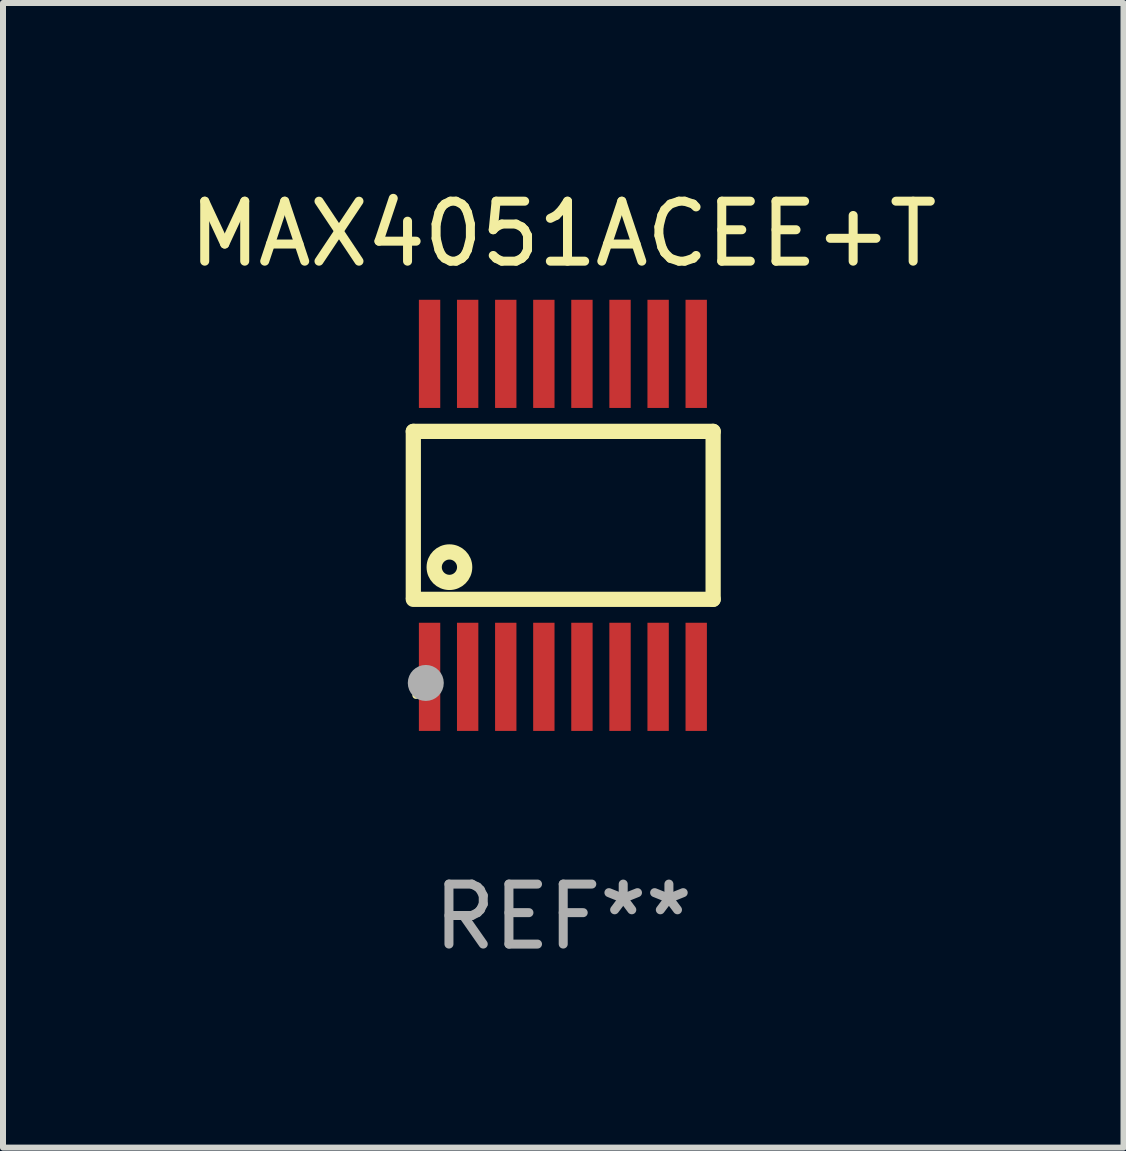
<source format=kicad_pcb>
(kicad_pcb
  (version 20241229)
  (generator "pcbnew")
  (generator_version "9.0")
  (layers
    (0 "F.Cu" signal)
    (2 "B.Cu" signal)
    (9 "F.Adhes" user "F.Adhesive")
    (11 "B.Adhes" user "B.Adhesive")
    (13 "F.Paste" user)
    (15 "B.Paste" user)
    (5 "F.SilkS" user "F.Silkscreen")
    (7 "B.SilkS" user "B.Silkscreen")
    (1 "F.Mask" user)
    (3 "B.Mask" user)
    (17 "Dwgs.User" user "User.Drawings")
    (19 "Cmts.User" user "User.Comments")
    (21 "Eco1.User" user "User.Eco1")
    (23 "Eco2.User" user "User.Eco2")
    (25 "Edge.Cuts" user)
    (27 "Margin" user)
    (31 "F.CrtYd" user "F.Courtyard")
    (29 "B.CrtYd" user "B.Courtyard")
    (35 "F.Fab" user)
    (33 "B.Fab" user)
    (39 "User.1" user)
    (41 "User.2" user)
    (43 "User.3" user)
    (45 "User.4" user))
  (footprint "MAX4051ACEE+T"
    (layer "F.Cu")
    (at 6.339 5.541)
    (property "Reference" "MAX4051ACEE+T" (at 0 -4.692 0) (layer "F.SilkS") (effects (font (size 1 1) (thickness 0.15))))
    (attr through_hole)
    (fp_line (start -2.499 1.372) (end -2.499 -1.4) (stroke (width 0.254) (type solid)) (layer "F.SilkS"))
    (fp_line (start 2.499 -1.4) (end -2.499 -1.4) (stroke (width 0.254) (type solid)) (layer "F.SilkS"))
    (fp_line (start 2.499 1.4) (end -2.499 1.4) (stroke (width 0.254) (type solid)) (layer "F.SilkS"))
    (fp_line (start 2.499 1.4) (end 2.499 -1.4) (stroke (width 0.254) (type solid)) (layer "F.SilkS"))
    (fp_circle (center -2.455 3) (end -2.425 3) (stroke (width 0.06) (type solid)) (fill no) (layer "F.SilkS"))
    (fp_circle (center -1.897 0.864) (end -1.643 0.864) (stroke (width 0.254) (type solid)) (fill no) (layer "F.SilkS"))
    (fp_circle (center -2.291 2.794) (end -2.141 2.794) (stroke (width 0.3) (type solid)) (fill no) (layer "F.Fab"))
    (fp_text user "REF**" (at 0 6.692 0) (layer "F.Fab") (effects (font (size 1 1) (thickness 0.15))))
    (pad "1" smd rect (at -2.228 2.692 90) (size 1.803 0.356) (layers "F.Cu" "F.Mask" "F.Paste"))
    (pad "2" smd rect (at -1.593 2.692 90) (size 1.803 0.356) (layers "F.Cu" "F.Mask" "F.Paste"))
    (pad "3" smd rect (at -0.958 2.692 90) (size 1.803 0.356) (layers "F.Cu" "F.Mask" "F.Paste"))
    (pad "4" smd rect (at -0.323 2.692 90) (size 1.803 0.356) (layers "F.Cu" "F.Mask" "F.Paste"))
    (pad "5" smd rect (at 0.312 2.692 90) (size 1.803 0.356) (layers "F.Cu" "F.Mask" "F.Paste"))
    (pad "6" smd rect (at 0.947 2.692 90) (size 1.803 0.356) (layers "F.Cu" "F.Mask" "F.Paste"))
    (pad "7" smd rect (at 1.582 2.692 90) (size 1.803 0.356) (layers "F.Cu" "F.Mask" "F.Paste"))
    (pad "8" smd rect (at 2.217 2.692 90) (size 1.803 0.356) (layers "F.Cu" "F.Mask" "F.Paste"))
    (pad "9" smd rect (at 2.217 -2.692 90) (size 1.803 0.356) (layers "F.Cu" "F.Mask" "F.Paste"))
    (pad "10" smd rect (at 1.582 -2.692 90) (size 1.803 0.356) (layers "F.Cu" "F.Mask" "F.Paste"))
    (pad "11" smd rect (at 0.947 -2.692 90) (size 1.803 0.356) (layers "F.Cu" "F.Mask" "F.Paste"))
    (pad "12" smd rect (at 0.312 -2.692 90) (size 1.803 0.356) (layers "F.Cu" "F.Mask" "F.Paste"))
    (pad "13" smd rect (at -0.323 -2.692 90) (size 1.803 0.356) (layers "F.Cu" "F.Mask" "F.Paste"))
    (pad "14" smd rect (at -0.958 -2.692 90) (size 1.803 0.356) (layers "F.Cu" "F.Mask" "F.Paste"))
    (pad "15" smd rect (at -1.593 -2.692 90) (size 1.803 0.356) (layers "F.Cu" "F.Mask" "F.Paste"))
    (pad "16" smd rect (at -2.228 -2.692 90) (size 1.803 0.356) (layers "F.Cu" "F.Mask" "F.Paste")))
  (gr_rect
    (start -3 -3)
    (end 15.679 16.081)
    (stroke (width 0.1) (type default))
    (fill no)
    (layer "Edge.Cuts")))
</source>
